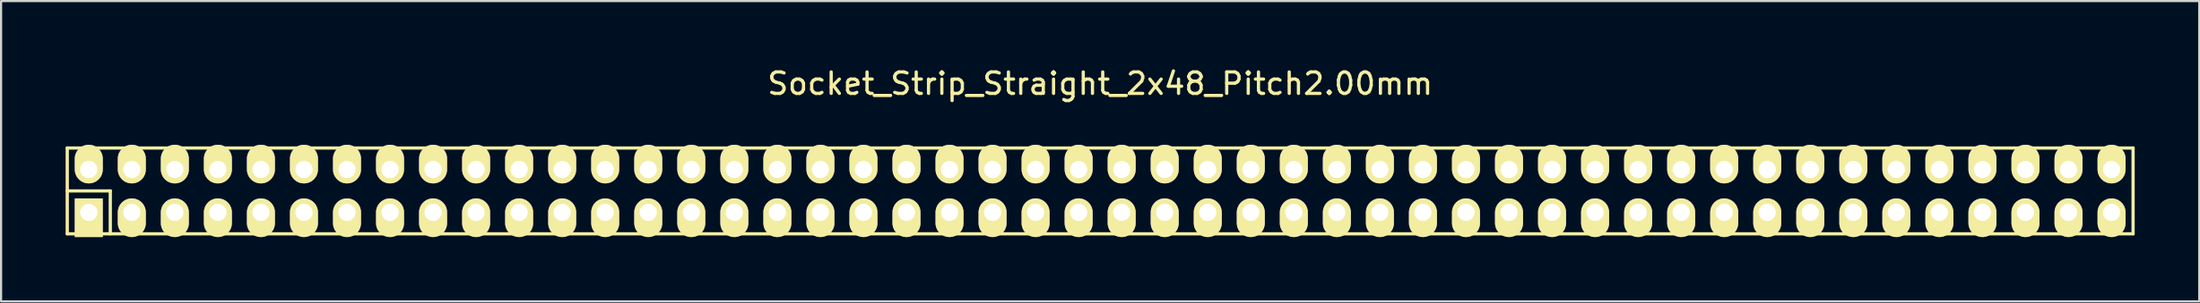
<source format=kicad_pcb>
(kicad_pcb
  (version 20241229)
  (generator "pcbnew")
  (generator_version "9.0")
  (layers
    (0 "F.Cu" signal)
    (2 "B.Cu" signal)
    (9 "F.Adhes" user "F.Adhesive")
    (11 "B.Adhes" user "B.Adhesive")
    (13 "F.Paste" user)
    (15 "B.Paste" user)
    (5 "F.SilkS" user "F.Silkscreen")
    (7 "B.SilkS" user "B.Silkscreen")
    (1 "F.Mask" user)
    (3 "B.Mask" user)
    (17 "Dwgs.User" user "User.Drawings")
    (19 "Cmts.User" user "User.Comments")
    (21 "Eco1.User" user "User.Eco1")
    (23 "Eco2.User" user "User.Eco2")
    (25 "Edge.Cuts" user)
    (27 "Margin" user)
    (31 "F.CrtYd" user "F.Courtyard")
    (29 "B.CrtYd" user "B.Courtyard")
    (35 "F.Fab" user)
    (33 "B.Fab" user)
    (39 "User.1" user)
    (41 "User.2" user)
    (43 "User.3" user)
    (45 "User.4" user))
  (footprint "Socket_Strip_Straight_2x48_Pitch2.00mm"
    (layer "F.Cu")
    (at 48.075 5.848)
    (property "Reference" "Socket_Strip_Straight_2x48_Pitch2.00mm" (at 0 -5 0) (layer "F.SilkS") (effects (font (size 1 1) (thickness 0.15))))
    (attr through_hole)
    (fp_line (start -48 -2) (end 48 -2) (stroke (width 0.15) (type solid)) (layer "F.SilkS"))
    (fp_line (start -48 0) (end -46 0) (stroke (width 0.15) (type solid)) (layer "F.SilkS"))
    (fp_line (start -48 2) (end -48 -2) (stroke (width 0.15) (type solid)) (layer "F.SilkS"))
    (fp_line (start -46 0) (end -46 2) (stroke (width 0.15) (type solid)) (layer "F.SilkS"))
    (fp_line (start 48 -2) (end 48 2) (stroke (width 0.15) (type solid)) (layer "F.SilkS"))
    (fp_line (start 48 2) (end -48 2) (stroke (width 0.15) (type solid)) (layer "F.SilkS"))
    (pad "1" thru_hole rect (at -47 1) (size 1.3 1.8) (drill 0.8 (offset 0 0.25)) (layers "*.Cu" "*.Mask" "F.SilkS"))
    (pad "2" thru_hole oval (at -47 -1) (size 1.3 1.8) (drill 0.8 (offset 0 -0.25)) (layers "*.Cu" "*.Mask" "F.SilkS"))
    (pad "3" thru_hole oval (at -45 1) (size 1.3 1.8) (drill 0.8 (offset 0 0.25)) (layers "*.Cu" "*.Mask" "F.SilkS"))
    (pad "4" thru_hole oval (at -45 -1) (size 1.3 1.8) (drill 0.8 (offset 0 -0.25)) (layers "*.Cu" "*.Mask" "F.SilkS"))
    (pad "5" thru_hole oval (at -43 1) (size 1.3 1.8) (drill 0.8 (offset 0 0.25)) (layers "*.Cu" "*.Mask" "F.SilkS"))
    (pad "6" thru_hole oval (at -43 -1) (size 1.3 1.8) (drill 0.8 (offset 0 -0.25)) (layers "*.Cu" "*.Mask" "F.SilkS"))
    (pad "7" thru_hole oval (at -41 1) (size 1.3 1.8) (drill 0.8 (offset 0 0.25)) (layers "*.Cu" "*.Mask" "F.SilkS"))
    (pad "8" thru_hole oval (at -41 -1) (size 1.3 1.8) (drill 0.8 (offset 0 -0.25)) (layers "*.Cu" "*.Mask" "F.SilkS"))
    (pad "9" thru_hole oval (at -39 1) (size 1.3 1.8) (drill 0.8 (offset 0 0.25)) (layers "*.Cu" "*.Mask" "F.SilkS"))
    (pad "10" thru_hole oval (at -39 -1) (size 1.3 1.8) (drill 0.8 (offset 0 -0.25)) (layers "*.Cu" "*.Mask" "F.SilkS"))
    (pad "11" thru_hole oval (at -37 1) (size 1.3 1.8) (drill 0.8 (offset 0 0.25)) (layers "*.Cu" "*.Mask" "F.SilkS"))
    (pad "12" thru_hole oval (at -37 -1) (size 1.3 1.8) (drill 0.8 (offset 0 -0.25)) (layers "*.Cu" "*.Mask" "F.SilkS"))
    (pad "13" thru_hole oval (at -35 1) (size 1.3 1.8) (drill 0.8 (offset 0 0.25)) (layers "*.Cu" "*.Mask" "F.SilkS"))
    (pad "14" thru_hole oval (at -35 -1) (size 1.3 1.8) (drill 0.8 (offset 0 -0.25)) (layers "*.Cu" "*.Mask" "F.SilkS"))
    (pad "15" thru_hole oval (at -33 1) (size 1.3 1.8) (drill 0.8 (offset 0 0.25)) (layers "*.Cu" "*.Mask" "F.SilkS"))
    (pad "16" thru_hole oval (at -33 -1) (size 1.3 1.8) (drill 0.8 (offset 0 -0.25)) (layers "*.Cu" "*.Mask" "F.SilkS"))
    (pad "17" thru_hole oval (at -31 1) (size 1.3 1.8) (drill 0.8 (offset 0 0.25)) (layers "*.Cu" "*.Mask" "F.SilkS"))
    (pad "18" thru_hole oval (at -31 -1) (size 1.3 1.8) (drill 0.8 (offset 0 -0.25)) (layers "*.Cu" "*.Mask" "F.SilkS"))
    (pad "19" thru_hole oval (at -29 1) (size 1.3 1.8) (drill 0.8 (offset 0 0.25)) (layers "*.Cu" "*.Mask" "F.SilkS"))
    (pad "20" thru_hole oval (at -29 -1) (size 1.3 1.8) (drill 0.8 (offset 0 -0.25)) (layers "*.Cu" "*.Mask" "F.SilkS"))
    (pad "21" thru_hole oval (at -27 1) (size 1.3 1.8) (drill 0.8 (offset 0 0.25)) (layers "*.Cu" "*.Mask" "F.SilkS"))
    (pad "22" thru_hole oval (at -27 -1) (size 1.3 1.8) (drill 0.8 (offset 0 -0.25)) (layers "*.Cu" "*.Mask" "F.SilkS"))
    (pad "23" thru_hole oval (at -25 1) (size 1.3 1.8) (drill 0.8 (offset 0 0.25)) (layers "*.Cu" "*.Mask" "F.SilkS"))
    (pad "24" thru_hole oval (at -25 -1) (size 1.3 1.8) (drill 0.8 (offset 0 -0.25)) (layers "*.Cu" "*.Mask" "F.SilkS"))
    (pad "25" thru_hole oval (at -23 1) (size 1.3 1.8) (drill 0.8 (offset 0 0.25)) (layers "*.Cu" "*.Mask" "F.SilkS"))
    (pad "26" thru_hole oval (at -23 -1) (size 1.3 1.8) (drill 0.8 (offset 0 -0.25)) (layers "*.Cu" "*.Mask" "F.SilkS"))
    (pad "27" thru_hole oval (at -21 1) (size 1.3 1.8) (drill 0.8 (offset 0 0.25)) (layers "*.Cu" "*.Mask" "F.SilkS"))
    (pad "28" thru_hole oval (at -21 -1) (size 1.3 1.8) (drill 0.8 (offset 0 -0.25)) (layers "*.Cu" "*.Mask" "F.SilkS"))
    (pad "29" thru_hole oval (at -19 1) (size 1.3 1.8) (drill 0.8 (offset 0 0.25)) (layers "*.Cu" "*.Mask" "F.SilkS"))
    (pad "30" thru_hole oval (at -19 -1) (size 1.3 1.8) (drill 0.8 (offset 0 -0.25)) (layers "*.Cu" "*.Mask" "F.SilkS"))
    (pad "31" thru_hole oval (at -17 1) (size 1.3 1.8) (drill 0.8 (offset 0 0.25)) (layers "*.Cu" "*.Mask" "F.SilkS"))
    (pad "32" thru_hole oval (at -17 -1) (size 1.3 1.8) (drill 0.8 (offset 0 -0.25)) (layers "*.Cu" "*.Mask" "F.SilkS"))
    (pad "33" thru_hole oval (at -15 1) (size 1.3 1.8) (drill 0.8 (offset 0 0.25)) (layers "*.Cu" "*.Mask" "F.SilkS"))
    (pad "34" thru_hole oval (at -15 -1) (size 1.3 1.8) (drill 0.8 (offset 0 -0.25)) (layers "*.Cu" "*.Mask" "F.SilkS"))
    (pad "35" thru_hole oval (at -13 1) (size 1.3 1.8) (drill 0.8 (offset 0 0.25)) (layers "*.Cu" "*.Mask" "F.SilkS"))
    (pad "36" thru_hole oval (at -13 -1) (size 1.3 1.8) (drill 0.8 (offset 0 -0.25)) (layers "*.Cu" "*.Mask" "F.SilkS"))
    (pad "37" thru_hole oval (at -11 1) (size 1.3 1.8) (drill 0.8 (offset 0 0.25)) (layers "*.Cu" "*.Mask" "F.SilkS"))
    (pad "38" thru_hole oval (at -11 -1) (size 1.3 1.8) (drill 0.8 (offset 0 -0.25)) (layers "*.Cu" "*.Mask" "F.SilkS"))
    (pad "39" thru_hole oval (at -9 1) (size 1.3 1.8) (drill 0.8 (offset 0 0.25)) (layers "*.Cu" "*.Mask" "F.SilkS"))
    (pad "40" thru_hole oval (at -9 -1) (size 1.3 1.8) (drill 0.8 (offset 0 -0.25)) (layers "*.Cu" "*.Mask" "F.SilkS"))
    (pad "41" thru_hole oval (at -7 1) (size 1.3 1.8) (drill 0.8 (offset 0 0.25)) (layers "*.Cu" "*.Mask" "F.SilkS"))
    (pad "42" thru_hole oval (at -7 -1) (size 1.3 1.8) (drill 0.8 (offset 0 -0.25)) (layers "*.Cu" "*.Mask" "F.SilkS"))
    (pad "43" thru_hole oval (at -5 1) (size 1.3 1.8) (drill 0.8 (offset 0 0.25)) (layers "*.Cu" "*.Mask" "F.SilkS"))
    (pad "44" thru_hole oval (at -5 -1) (size 1.3 1.8) (drill 0.8 (offset 0 -0.25)) (layers "*.Cu" "*.Mask" "F.SilkS"))
    (pad "45" thru_hole oval (at -3 1) (size 1.3 1.8) (drill 0.8 (offset 0 0.25)) (layers "*.Cu" "*.Mask" "F.SilkS"))
    (pad "46" thru_hole oval (at -3 -1) (size 1.3 1.8) (drill 0.8 (offset 0 -0.25)) (layers "*.Cu" "*.Mask" "F.SilkS"))
    (pad "47" thru_hole oval (at -1 1) (size 1.3 1.8) (drill 0.8 (offset 0 0.25)) (layers "*.Cu" "*.Mask" "F.SilkS"))
    (pad "48" thru_hole oval (at -1 -1) (size 1.3 1.8) (drill 0.8 (offset 0 -0.25)) (layers "*.Cu" "*.Mask" "F.SilkS"))
    (pad "49" thru_hole oval (at 1 1) (size 1.3 1.8) (drill 0.8 (offset 0 0.25)) (layers "*.Cu" "*.Mask" "F.SilkS"))
    (pad "50" thru_hole oval (at 1 -1) (size 1.3 1.8) (drill 0.8 (offset 0 -0.25)) (layers "*.Cu" "*.Mask" "F.SilkS"))
    (pad "51" thru_hole oval (at 3 1) (size 1.3 1.8) (drill 0.8 (offset 0 0.25)) (layers "*.Cu" "*.Mask" "F.SilkS"))
    (pad "52" thru_hole oval (at 3 -1) (size 1.3 1.8) (drill 0.8 (offset 0 -0.25)) (layers "*.Cu" "*.Mask" "F.SilkS"))
    (pad "53" thru_hole oval (at 5 1) (size 1.3 1.8) (drill 0.8 (offset 0 0.25)) (layers "*.Cu" "*.Mask" "F.SilkS"))
    (pad "54" thru_hole oval (at 5 -1) (size 1.3 1.8) (drill 0.8 (offset 0 -0.25)) (layers "*.Cu" "*.Mask" "F.SilkS"))
    (pad "55" thru_hole oval (at 7 1) (size 1.3 1.8) (drill 0.8 (offset 0 0.25)) (layers "*.Cu" "*.Mask" "F.SilkS"))
    (pad "56" thru_hole oval (at 7 -1) (size 1.3 1.8) (drill 0.8 (offset 0 -0.25)) (layers "*.Cu" "*.Mask" "F.SilkS"))
    (pad "57" thru_hole oval (at 9 1) (size 1.3 1.8) (drill 0.8 (offset 0 0.25)) (layers "*.Cu" "*.Mask" "F.SilkS"))
    (pad "58" thru_hole oval (at 9 -1) (size 1.3 1.8) (drill 0.8 (offset 0 -0.25)) (layers "*.Cu" "*.Mask" "F.SilkS"))
    (pad "59" thru_hole oval (at 11 1) (size 1.3 1.8) (drill 0.8 (offset 0 0.25)) (layers "*.Cu" "*.Mask" "F.SilkS"))
    (pad "60" thru_hole oval (at 11 -1) (size 1.3 1.8) (drill 0.8 (offset 0 -0.25)) (layers "*.Cu" "*.Mask" "F.SilkS"))
    (pad "61" thru_hole oval (at 13 1) (size 1.3 1.8) (drill 0.8 (offset 0 0.25)) (layers "*.Cu" "*.Mask" "F.SilkS"))
    (pad "62" thru_hole oval (at 13 -1) (size 1.3 1.8) (drill 0.8 (offset 0 -0.25)) (layers "*.Cu" "*.Mask" "F.SilkS"))
    (pad "63" thru_hole oval (at 15 1) (size 1.3 1.8) (drill 0.8 (offset 0 0.25)) (layers "*.Cu" "*.Mask" "F.SilkS"))
    (pad "64" thru_hole oval (at 15 -1) (size 1.3 1.8) (drill 0.8 (offset 0 -0.25)) (layers "*.Cu" "*.Mask" "F.SilkS"))
    (pad "65" thru_hole oval (at 17 1) (size 1.3 1.8) (drill 0.8 (offset 0 0.25)) (layers "*.Cu" "*.Mask" "F.SilkS"))
    (pad "66" thru_hole oval (at 17 -1) (size 1.3 1.8) (drill 0.8 (offset 0 -0.25)) (layers "*.Cu" "*.Mask" "F.SilkS"))
    (pad "67" thru_hole oval (at 19 1) (size 1.3 1.8) (drill 0.8 (offset 0 0.25)) (layers "*.Cu" "*.Mask" "F.SilkS"))
    (pad "68" thru_hole oval (at 19 -1) (size 1.3 1.8) (drill 0.8 (offset 0 -0.25)) (layers "*.Cu" "*.Mask" "F.SilkS"))
    (pad "69" thru_hole oval (at 21 1) (size 1.3 1.8) (drill 0.8 (offset 0 0.25)) (layers "*.Cu" "*.Mask" "F.SilkS"))
    (pad "70" thru_hole oval (at 21 -1) (size 1.3 1.8) (drill 0.8 (offset 0 -0.25)) (layers "*.Cu" "*.Mask" "F.SilkS"))
    (pad "71" thru_hole oval (at 23 1) (size 1.3 1.8) (drill 0.8 (offset 0 0.25)) (layers "*.Cu" "*.Mask" "F.SilkS"))
    (pad "72" thru_hole oval (at 23 -1) (size 1.3 1.8) (drill 0.8 (offset 0 -0.25)) (layers "*.Cu" "*.Mask" "F.SilkS"))
    (pad "73" thru_hole oval (at 25 1) (size 1.3 1.8) (drill 0.8 (offset 0 0.25)) (layers "*.Cu" "*.Mask" "F.SilkS"))
    (pad "74" thru_hole oval (at 25 -1) (size 1.3 1.8) (drill 0.8 (offset 0 -0.25)) (layers "*.Cu" "*.Mask" "F.SilkS"))
    (pad "75" thru_hole oval (at 27 1) (size 1.3 1.8) (drill 0.8 (offset 0 0.25)) (layers "*.Cu" "*.Mask" "F.SilkS"))
    (pad "76" thru_hole oval (at 27 -1) (size 1.3 1.8) (drill 0.8 (offset 0 -0.25)) (layers "*.Cu" "*.Mask" "F.SilkS"))
    (pad "77" thru_hole oval (at 29 1) (size 1.3 1.8) (drill 0.8 (offset 0 0.25)) (layers "*.Cu" "*.Mask" "F.SilkS"))
    (pad "78" thru_hole oval (at 29 -1) (size 1.3 1.8) (drill 0.8 (offset 0 -0.25)) (layers "*.Cu" "*.Mask" "F.SilkS"))
    (pad "79" thru_hole oval (at 31 1) (size 1.3 1.8) (drill 0.8 (offset 0 0.25)) (layers "*.Cu" "*.Mask" "F.SilkS"))
    (pad "80" thru_hole oval (at 31 -1) (size 1.3 1.8) (drill 0.8 (offset 0 -0.25)) (layers "*.Cu" "*.Mask" "F.SilkS"))
    (pad "81" thru_hole oval (at 33 1) (size 1.3 1.8) (drill 0.8 (offset 0 0.25)) (layers "*.Cu" "*.Mask" "F.SilkS"))
    (pad "82" thru_hole oval (at 33 -1) (size 1.3 1.8) (drill 0.8 (offset 0 -0.25)) (layers "*.Cu" "*.Mask" "F.SilkS"))
    (pad "83" thru_hole oval (at 35 1) (size 1.3 1.8) (drill 0.8 (offset 0 0.25)) (layers "*.Cu" "*.Mask" "F.SilkS"))
    (pad "84" thru_hole oval (at 35 -1) (size 1.3 1.8) (drill 0.8 (offset 0 -0.25)) (layers "*.Cu" "*.Mask" "F.SilkS"))
    (pad "85" thru_hole oval (at 37 1) (size 1.3 1.8) (drill 0.8 (offset 0 0.25)) (layers "*.Cu" "*.Mask" "F.SilkS"))
    (pad "86" thru_hole oval (at 37 -1) (size 1.3 1.8) (drill 0.8 (offset 0 -0.25)) (layers "*.Cu" "*.Mask" "F.SilkS"))
    (pad "87" thru_hole oval (at 39 1) (size 1.3 1.8) (drill 0.8 (offset 0 0.25)) (layers "*.Cu" "*.Mask" "F.SilkS"))
    (pad "88" thru_hole oval (at 39 -1) (size 1.3 1.8) (drill 0.8 (offset 0 -0.25)) (layers "*.Cu" "*.Mask" "F.SilkS"))
    (pad "89" thru_hole oval (at 41 1) (size 1.3 1.8) (drill 0.8 (offset 0 0.25)) (layers "*.Cu" "*.Mask" "F.SilkS"))
    (pad "90" thru_hole oval (at 41 -1) (size 1.3 1.8) (drill 0.8 (offset 0 -0.25)) (layers "*.Cu" "*.Mask" "F.SilkS"))
    (pad "91" thru_hole oval (at 43 1) (size 1.3 1.8) (drill 0.8 (offset 0 0.25)) (layers "*.Cu" "*.Mask" "F.SilkS"))
    (pad "92" thru_hole oval (at 43 -1) (size 1.3 1.8) (drill 0.8 (offset 0 -0.25)) (layers "*.Cu" "*.Mask" "F.SilkS"))
    (pad "93" thru_hole oval (at 45 1) (size 1.3 1.8) (drill 0.8 (offset 0 0.25)) (layers "*.Cu" "*.Mask" "F.SilkS"))
    (pad "94" thru_hole oval (at 45 -1) (size 1.3 1.8) (drill 0.8 (offset 0 -0.25)) (layers "*.Cu" "*.Mask" "F.SilkS"))
    (pad "95" thru_hole oval (at 47 1) (size 1.3 1.8) (drill 0.8 (offset 0 0.25)) (layers "*.Cu" "*.Mask" "F.SilkS"))
    (pad "96" thru_hole oval (at 47 -1) (size 1.3 1.8) (drill 0.8 (offset 0 -0.25)) (layers "*.Cu" "*.Mask" "F.SilkS")))
  (gr_rect
    (start -3 -3)
    (end 99.15 10.998)
    (stroke (width 0.1) (type default))
    (fill no)
    (layer "Edge.Cuts")))
</source>
